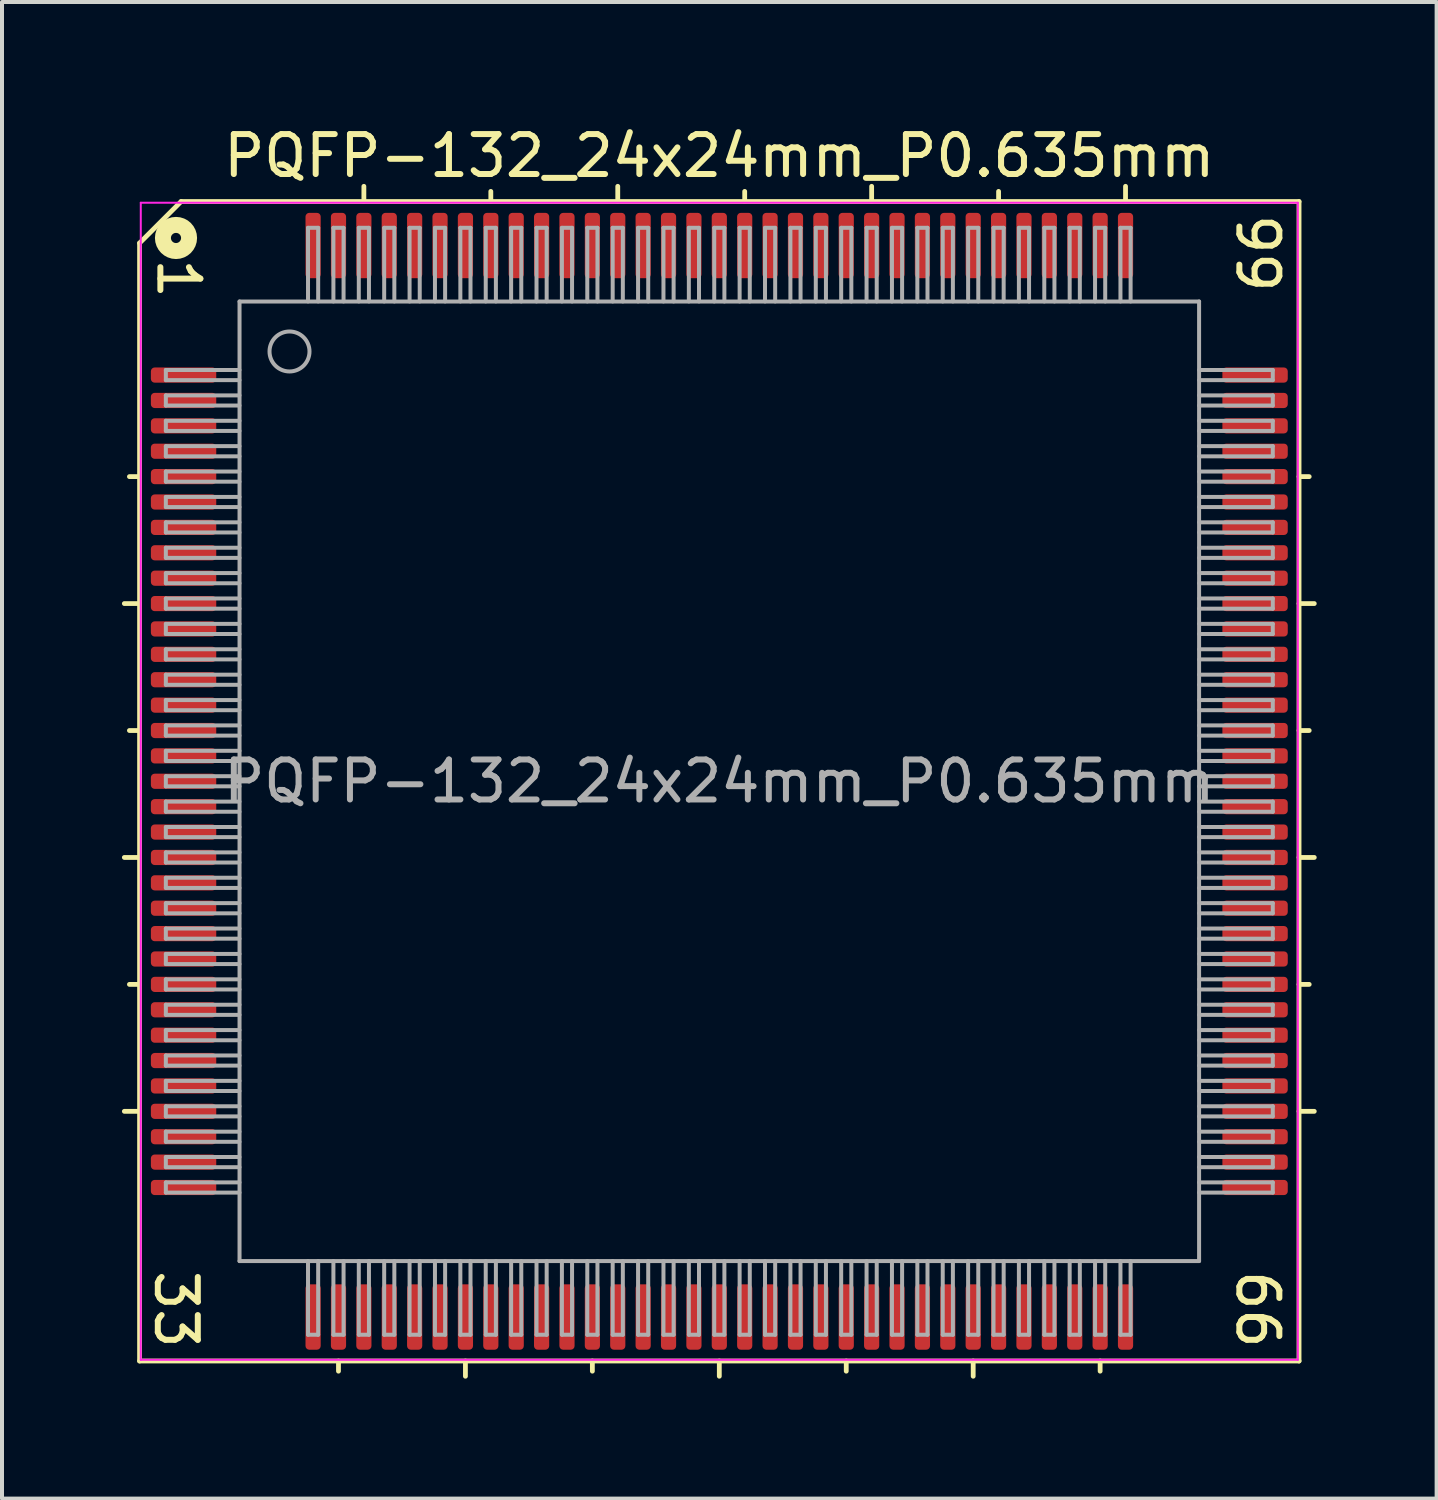
<source format=kicad_pcb>
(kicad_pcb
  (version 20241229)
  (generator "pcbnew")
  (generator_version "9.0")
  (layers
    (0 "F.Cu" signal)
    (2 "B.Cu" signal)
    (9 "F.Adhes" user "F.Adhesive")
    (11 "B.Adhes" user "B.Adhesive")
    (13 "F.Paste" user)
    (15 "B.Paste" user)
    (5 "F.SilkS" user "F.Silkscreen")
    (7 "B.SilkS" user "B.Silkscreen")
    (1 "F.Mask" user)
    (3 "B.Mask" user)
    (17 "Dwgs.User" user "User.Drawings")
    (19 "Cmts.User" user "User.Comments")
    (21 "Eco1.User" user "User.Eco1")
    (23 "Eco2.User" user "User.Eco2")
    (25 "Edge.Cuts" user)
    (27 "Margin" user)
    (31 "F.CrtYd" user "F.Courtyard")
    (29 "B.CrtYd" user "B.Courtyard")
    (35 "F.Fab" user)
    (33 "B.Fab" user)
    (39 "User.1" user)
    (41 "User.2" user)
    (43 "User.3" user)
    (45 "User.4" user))
  (footprint "PQFP-132_24x24mm_P0.635mm"
    (layer "F.Cu")
    (at 14.941 16.491)
    (property "Reference" "PQFP-132_24x24mm_P0.635mm" (at 0 -15.643 0) (layer "F.SilkS") (effects (font (size 1 1) (thickness 0.15))))
    (attr smd)
    (fp_line (start -14.881 -4.445) (end -14.5 -4.445) (stroke (width 0.12) (type solid)) (layer "F.SilkS"))
    (fp_line (start -14.881 1.905) (end -14.5 1.905) (stroke (width 0.12) (type solid)) (layer "F.SilkS"))
    (fp_line (start -14.881 8.255) (end -14.5 8.255) (stroke (width 0.12) (type solid)) (layer "F.SilkS"))
    (fp_line (start -14.754 -7.62) (end -14.5 -7.62) (stroke (width 0.12) (type solid)) (layer "F.SilkS"))
    (fp_line (start -14.754 -1.27) (end -14.5 -1.27) (stroke (width 0.12) (type solid)) (layer "F.SilkS"))
    (fp_line (start -14.754 5.08) (end -14.5 5.08) (stroke (width 0.12) (type solid)) (layer "F.SilkS"))
    (fp_line (start -14.5 -13.462) (end -14.5 14.5) (stroke (width 0.12) (type solid)) (layer "F.SilkS"))
    (fp_line (start -14.5 14.5) (end 14.5 14.5) (stroke (width 0.12) (type solid)) (layer "F.SilkS"))
    (fp_line (start -13.462 -14.5) (end -14.5 -13.462) (stroke (width 0.12) (type solid)) (layer "F.SilkS"))
    (fp_line (start -9.525 14.754) (end -9.525 14.5) (stroke (width 0.12) (type solid)) (layer "F.SilkS"))
    (fp_line (start -8.89 -14.5) (end -8.89 -14.881) (stroke (width 0.12) (type solid)) (layer "F.SilkS"))
    (fp_line (start -6.35 14.881) (end -6.35 14.5) (stroke (width 0.12) (type solid)) (layer "F.SilkS"))
    (fp_line (start -5.715 -14.5) (end -5.715 -14.754) (stroke (width 0.12) (type solid)) (layer "F.SilkS"))
    (fp_line (start -3.175 14.754) (end -3.175 14.5) (stroke (width 0.12) (type solid)) (layer "F.SilkS"))
    (fp_line (start -2.54 -14.5) (end -2.54 -14.881) (stroke (width 0.12) (type solid)) (layer "F.SilkS"))
    (fp_line (start 0 14.881) (end 0 14.5) (stroke (width 0.12) (type solid)) (layer "F.SilkS"))
    (fp_line (start 0.635 -14.5) (end 0.635 -14.754) (stroke (width 0.12) (type solid)) (layer "F.SilkS"))
    (fp_line (start 3.175 14.754) (end 3.175 14.5) (stroke (width 0.12) (type solid)) (layer "F.SilkS"))
    (fp_line (start 3.81 -14.5) (end 3.81 -14.881) (stroke (width 0.12) (type solid)) (layer "F.SilkS"))
    (fp_line (start 6.35 14.881) (end 6.35 14.5) (stroke (width 0.12) (type solid)) (layer "F.SilkS"))
    (fp_line (start 6.985 -14.5) (end 6.985 -14.754) (stroke (width 0.12) (type solid)) (layer "F.SilkS"))
    (fp_line (start 9.525 14.754) (end 9.525 14.5) (stroke (width 0.12) (type solid)) (layer "F.SilkS"))
    (fp_line (start 10.16 -14.5) (end 10.16 -14.881) (stroke (width 0.12) (type solid)) (layer "F.SilkS"))
    (fp_line (start 14.5 -14.5) (end -13.462 -14.5) (stroke (width 0.12) (type solid)) (layer "F.SilkS"))
    (fp_line (start 14.5 -7.62) (end 14.754 -7.62) (stroke (width 0.12) (type solid)) (layer "F.SilkS"))
    (fp_line (start 14.5 -4.445) (end 14.881 -4.445) (stroke (width 0.12) (type solid)) (layer "F.SilkS"))
    (fp_line (start 14.5 -1.27) (end 14.754 -1.27) (stroke (width 0.12) (type solid)) (layer "F.SilkS"))
    (fp_line (start 14.5 1.905) (end 14.881 1.905) (stroke (width 0.12) (type solid)) (layer "F.SilkS"))
    (fp_line (start 14.5 5.08) (end 14.754 5.08) (stroke (width 0.12) (type solid)) (layer "F.SilkS"))
    (fp_line (start 14.5 8.255) (end 14.881 8.255) (stroke (width 0.12) (type solid)) (layer "F.SilkS"))
    (fp_line (start 14.5 14.5) (end 14.5 -14.5) (stroke (width 0.12) (type solid)) (layer "F.SilkS"))
    (fp_circle (center -13.589 -13.589) (end -13.462 -13.589) (stroke (width 0.4) (type solid)) (fill no) (layer "F.SilkS"))
    (fp_line (start -14.47 -14.47) (end -14.47 14.47) (stroke (width 0.05) (type solid)) (layer "F.CrtYd"))
    (fp_line (start 14.47 -14.47) (end -14.47 -14.47) (stroke (width 0.05) (type solid)) (layer "F.CrtYd"))
    (fp_line (start 14.47 -14.47) (end 14.47 14.47) (stroke (width 0.05) (type solid)) (layer "F.CrtYd"))
    (fp_line (start 14.47 14.47) (end -14.47 14.47) (stroke (width 0.05) (type solid)) (layer "F.CrtYd"))
    (fp_line (start -13.843 -10.287) (end -13.843 -10.033) (stroke (width 0.1) (type solid)) (layer "F.Fab"))
    (fp_line (start -13.843 -10.287) (end -12.002 -10.287) (stroke (width 0.1) (type solid)) (layer "F.Fab"))
    (fp_line (start -13.843 -10.033) (end -12.002 -10.033) (stroke (width 0.1) (type solid)) (layer "F.Fab"))
    (fp_line (start -13.843 -9.652) (end -13.843 -9.398) (stroke (width 0.1) (type solid)) (layer "F.Fab"))
    (fp_line (start -13.843 -9.652) (end -12.002 -9.652) (stroke (width 0.1) (type solid)) (layer "F.Fab"))
    (fp_line (start -13.843 -9.398) (end -12.002 -9.398) (stroke (width 0.1) (type solid)) (layer "F.Fab"))
    (fp_line (start -13.843 -9.017) (end -13.843 -8.763) (stroke (width 0.1) (type solid)) (layer "F.Fab"))
    (fp_line (start -13.843 -9.017) (end -12.002 -9.017) (stroke (width 0.1) (type solid)) (layer "F.Fab"))
    (fp_line (start -13.843 -8.763) (end -12.002 -8.763) (stroke (width 0.1) (type solid)) (layer "F.Fab"))
    (fp_line (start -13.843 -8.382) (end -13.843 -8.128) (stroke (width 0.1) (type solid)) (layer "F.Fab"))
    (fp_line (start -13.843 -8.382) (end -12.002 -8.382) (stroke (width 0.1) (type solid)) (layer "F.Fab"))
    (fp_line (start -13.843 -8.128) (end -12.002 -8.128) (stroke (width 0.1) (type solid)) (layer "F.Fab"))
    (fp_line (start -13.843 -7.747) (end -13.843 -7.493) (stroke (width 0.1) (type solid)) (layer "F.Fab"))
    (fp_line (start -13.843 -7.747) (end -12.002 -7.747) (stroke (width 0.1) (type solid)) (layer "F.Fab"))
    (fp_line (start -13.843 -7.493) (end -12.002 -7.493) (stroke (width 0.1) (type solid)) (layer "F.Fab"))
    (fp_line (start -13.843 -7.112) (end -13.843 -6.858) (stroke (width 0.1) (type solid)) (layer "F.Fab"))
    (fp_line (start -13.843 -7.112) (end -12.002 -7.112) (stroke (width 0.1) (type solid)) (layer "F.Fab"))
    (fp_line (start -13.843 -6.858) (end -12.002 -6.858) (stroke (width 0.1) (type solid)) (layer "F.Fab"))
    (fp_line (start -13.843 -6.477) (end -13.843 -6.223) (stroke (width 0.1) (type solid)) (layer "F.Fab"))
    (fp_line (start -13.843 -6.477) (end -12.002 -6.477) (stroke (width 0.1) (type solid)) (layer "F.Fab"))
    (fp_line (start -13.843 -6.223) (end -12.002 -6.223) (stroke (width 0.1) (type solid)) (layer "F.Fab"))
    (fp_line (start -13.843 -5.842) (end -13.843 -5.588) (stroke (width 0.1) (type solid)) (layer "F.Fab"))
    (fp_line (start -13.843 -5.842) (end -12.002 -5.842) (stroke (width 0.1) (type solid)) (layer "F.Fab"))
    (fp_line (start -13.843 -5.588) (end -12.002 -5.588) (stroke (width 0.1) (type solid)) (layer "F.Fab"))
    (fp_line (start -13.843 -5.207) (end -13.843 -4.953) (stroke (width 0.1) (type solid)) (layer "F.Fab"))
    (fp_line (start -13.843 -5.207) (end -12.002 -5.207) (stroke (width 0.1) (type solid)) (layer "F.Fab"))
    (fp_line (start -13.843 -4.953) (end -12.002 -4.953) (stroke (width 0.1) (type solid)) (layer "F.Fab"))
    (fp_line (start -13.843 -4.572) (end -13.843 -4.318) (stroke (width 0.1) (type solid)) (layer "F.Fab"))
    (fp_line (start -13.843 -4.572) (end -12.002 -4.572) (stroke (width 0.1) (type solid)) (layer "F.Fab"))
    (fp_line (start -13.843 -4.318) (end -12.002 -4.318) (stroke (width 0.1) (type solid)) (layer "F.Fab"))
    (fp_line (start -13.843 -3.937) (end -13.843 -3.683) (stroke (width 0.1) (type solid)) (layer "F.Fab"))
    (fp_line (start -13.843 -3.937) (end -12.002 -3.937) (stroke (width 0.1) (type solid)) (layer "F.Fab"))
    (fp_line (start -13.843 -3.683) (end -12.002 -3.683) (stroke (width 0.1) (type solid)) (layer "F.Fab"))
    (fp_line (start -13.843 -3.302) (end -13.843 -3.048) (stroke (width 0.1) (type solid)) (layer "F.Fab"))
    (fp_line (start -13.843 -3.302) (end -12.002 -3.302) (stroke (width 0.1) (type solid)) (layer "F.Fab"))
    (fp_line (start -13.843 -3.048) (end -12.002 -3.048) (stroke (width 0.1) (type solid)) (layer "F.Fab"))
    (fp_line (start -13.843 -2.667) (end -13.843 -2.413) (stroke (width 0.1) (type solid)) (layer "F.Fab"))
    (fp_line (start -13.843 -2.667) (end -12.002 -2.667) (stroke (width 0.1) (type solid)) (layer "F.Fab"))
    (fp_line (start -13.843 -2.413) (end -12.002 -2.413) (stroke (width 0.1) (type solid)) (layer "F.Fab"))
    (fp_line (start -13.843 -2.032) (end -13.843 -1.778) (stroke (width 0.1) (type solid)) (layer "F.Fab"))
    (fp_line (start -13.843 -2.032) (end -12.002 -2.032) (stroke (width 0.1) (type solid)) (layer "F.Fab"))
    (fp_line (start -13.843 -1.778) (end -12.002 -1.778) (stroke (width 0.1) (type solid)) (layer "F.Fab"))
    (fp_line (start -13.843 -1.397) (end -13.843 -1.143) (stroke (width 0.1) (type solid)) (layer "F.Fab"))
    (fp_line (start -13.843 -1.397) (end -12.002 -1.397) (stroke (width 0.1) (type solid)) (layer "F.Fab"))
    (fp_line (start -13.843 -1.143) (end -12.002 -1.143) (stroke (width 0.1) (type solid)) (layer "F.Fab"))
    (fp_line (start -13.843 -0.762) (end -13.843 -0.508) (stroke (width 0.1) (type solid)) (layer "F.Fab"))
    (fp_line (start -13.843 -0.762) (end -12.002 -0.762) (stroke (width 0.1) (type solid)) (layer "F.Fab"))
    (fp_line (start -13.843 -0.508) (end -12.002 -0.508) (stroke (width 0.1) (type solid)) (layer "F.Fab"))
    (fp_line (start -13.843 -0.127) (end -13.843 0.127) (stroke (width 0.1) (type solid)) (layer "F.Fab"))
    (fp_line (start -13.843 -0.127) (end -12.002 -0.127) (stroke (width 0.1) (type solid)) (layer "F.Fab"))
    (fp_line (start -13.843 0.127) (end -12.002 0.127) (stroke (width 0.1) (type solid)) (layer "F.Fab"))
    (fp_line (start -13.843 0.508) (end -13.843 0.762) (stroke (width 0.1) (type solid)) (layer "F.Fab"))
    (fp_line (start -13.843 0.508) (end -12.002 0.508) (stroke (width 0.1) (type solid)) (layer "F.Fab"))
    (fp_line (start -13.843 0.762) (end -12.002 0.762) (stroke (width 0.1) (type solid)) (layer "F.Fab"))
    (fp_line (start -13.843 1.143) (end -13.843 1.397) (stroke (width 0.1) (type solid)) (layer "F.Fab"))
    (fp_line (start -13.843 1.143) (end -12.002 1.143) (stroke (width 0.1) (type solid)) (layer "F.Fab"))
    (fp_line (start -13.843 1.397) (end -12.002 1.397) (stroke (width 0.1) (type solid)) (layer "F.Fab"))
    (fp_line (start -13.843 1.778) (end -13.843 2.032) (stroke (width 0.1) (type solid)) (layer "F.Fab"))
    (fp_line (start -13.843 1.778) (end -12.002 1.778) (stroke (width 0.1) (type solid)) (layer "F.Fab"))
    (fp_line (start -13.843 2.032) (end -12.002 2.032) (stroke (width 0.1) (type solid)) (layer "F.Fab"))
    (fp_line (start -13.843 2.413) (end -13.843 2.667) (stroke (width 0.1) (type solid)) (layer "F.Fab"))
    (fp_line (start -13.843 2.413) (end -12.002 2.413) (stroke (width 0.1) (type solid)) (layer "F.Fab"))
    (fp_line (start -13.843 2.667) (end -12.002 2.667) (stroke (width 0.1) (type solid)) (layer "F.Fab"))
    (fp_line (start -13.843 3.048) (end -13.843 3.302) (stroke (width 0.1) (type solid)) (layer "F.Fab"))
    (fp_line (start -13.843 3.048) (end -12.002 3.048) (stroke (width 0.1) (type solid)) (layer "F.Fab"))
    (fp_line (start -13.843 3.302) (end -12.002 3.302) (stroke (width 0.1) (type solid)) (layer "F.Fab"))
    (fp_line (start -13.843 3.683) (end -13.843 3.937) (stroke (width 0.1) (type solid)) (layer "F.Fab"))
    (fp_line (start -13.843 3.683) (end -12.002 3.683) (stroke (width 0.1) (type solid)) (layer "F.Fab"))
    (fp_line (start -13.843 3.937) (end -12.002 3.937) (stroke (width 0.1) (type solid)) (layer "F.Fab"))
    (fp_line (start -13.843 4.318) (end -13.843 4.572) (stroke (width 0.1) (type solid)) (layer "F.Fab"))
    (fp_line (start -13.843 4.318) (end -12.002 4.318) (stroke (width 0.1) (type solid)) (layer "F.Fab"))
    (fp_line (start -13.843 4.572) (end -12.002 4.572) (stroke (width 0.1) (type solid)) (layer "F.Fab"))
    (fp_line (start -13.843 4.953) (end -13.843 5.207) (stroke (width 0.1) (type solid)) (layer "F.Fab"))
    (fp_line (start -13.843 4.953) (end -12.002 4.953) (stroke (width 0.1) (type solid)) (layer "F.Fab"))
    (fp_line (start -13.843 5.207) (end -12.002 5.207) (stroke (width 0.1) (type solid)) (layer "F.Fab"))
    (fp_line (start -13.843 5.588) (end -13.843 5.842) (stroke (width 0.1) (type solid)) (layer "F.Fab"))
    (fp_line (start -13.843 5.588) (end -12.002 5.588) (stroke (width 0.1) (type solid)) (layer "F.Fab"))
    (fp_line (start -13.843 5.842) (end -12.002 5.842) (stroke (width 0.1) (type solid)) (layer "F.Fab"))
    (fp_line (start -13.843 6.223) (end -13.843 6.477) (stroke (width 0.1) (type solid)) (layer "F.Fab"))
    (fp_line (start -13.843 6.223) (end -12.002 6.223) (stroke (width 0.1) (type solid)) (layer "F.Fab"))
    (fp_line (start -13.843 6.477) (end -12.002 6.477) (stroke (width 0.1) (type solid)) (layer "F.Fab"))
    (fp_line (start -13.843 6.858) (end -13.843 7.112) (stroke (width 0.1) (type solid)) (layer "F.Fab"))
    (fp_line (start -13.843 6.858) (end -12.002 6.858) (stroke (width 0.1) (type solid)) (layer "F.Fab"))
    (fp_line (start -13.843 7.112) (end -12.002 7.112) (stroke (width 0.1) (type solid)) (layer "F.Fab"))
    (fp_line (start -13.843 7.493) (end -13.843 7.747) (stroke (width 0.1) (type solid)) (layer "F.Fab"))
    (fp_line (start -13.843 7.493) (end -12.002 7.493) (stroke (width 0.1) (type solid)) (layer "F.Fab"))
    (fp_line (start -13.843 7.747) (end -12.002 7.747) (stroke (width 0.1) (type solid)) (layer "F.Fab"))
    (fp_line (start -13.843 8.128) (end -13.843 8.382) (stroke (width 0.1) (type solid)) (layer "F.Fab"))
    (fp_line (start -13.843 8.128) (end -12.002 8.128) (stroke (width 0.1) (type solid)) (layer "F.Fab"))
    (fp_line (start -13.843 8.382) (end -12.002 8.382) (stroke (width 0.1) (type solid)) (layer "F.Fab"))
    (fp_line (start -13.843 8.763) (end -13.843 9.017) (stroke (width 0.1) (type solid)) (layer "F.Fab"))
    (fp_line (start -13.843 8.763) (end -12.002 8.763) (stroke (width 0.1) (type solid)) (layer "F.Fab"))
    (fp_line (start -13.843 9.017) (end -12.002 9.017) (stroke (width 0.1) (type solid)) (layer "F.Fab"))
    (fp_line (start -13.843 9.398) (end -13.843 9.652) (stroke (width 0.1) (type solid)) (layer "F.Fab"))
    (fp_line (start -13.843 9.398) (end -12.002 9.398) (stroke (width 0.1) (type solid)) (layer "F.Fab"))
    (fp_line (start -13.843 9.652) (end -12.002 9.652) (stroke (width 0.1) (type solid)) (layer "F.Fab"))
    (fp_line (start -13.843 10.033) (end -13.843 10.287) (stroke (width 0.1) (type solid)) (layer "F.Fab"))
    (fp_line (start -13.843 10.033) (end -12.002 10.033) (stroke (width 0.1) (type solid)) (layer "F.Fab"))
    (fp_line (start -13.843 10.287) (end -12.002 10.287) (stroke (width 0.1) (type solid)) (layer "F.Fab"))
    (fp_line (start -12 -12) (end 12 -12) (stroke (width 0.1) (type solid)) (layer "F.Fab"))
    (fp_line (start -12 12) (end -12 -12) (stroke (width 0.1) (type solid)) (layer "F.Fab"))
    (fp_line (start -10.287 -13.843) (end -10.287 -12.002) (stroke (width 0.1) (type solid)) (layer "F.Fab"))
    (fp_line (start -10.287 13.843) (end -10.287 12.002) (stroke (width 0.1) (type solid)) (layer "F.Fab"))
    (fp_line (start -10.287 13.843) (end -10.033 13.843) (stroke (width 0.1) (type solid)) (layer "F.Fab"))
    (fp_line (start -10.033 -13.843) (end -10.287 -13.843) (stroke (width 0.1) (type solid)) (layer "F.Fab"))
    (fp_line (start -10.033 -13.843) (end -10.033 -12.002) (stroke (width 0.1) (type solid)) (layer "F.Fab"))
    (fp_line (start -10.033 13.843) (end -10.033 12.002) (stroke (width 0.1) (type solid)) (layer "F.Fab"))
    (fp_line (start -9.652 -13.843) (end -9.652 -12.002) (stroke (width 0.1) (type solid)) (layer "F.Fab"))
    (fp_line (start -9.652 13.843) (end -9.652 12.002) (stroke (width 0.1) (type solid)) (layer "F.Fab"))
    (fp_line (start -9.652 13.843) (end -9.398 13.843) (stroke (width 0.1) (type solid)) (layer "F.Fab"))
    (fp_line (start -9.398 -13.843) (end -9.652 -13.843) (stroke (width 0.1) (type solid)) (layer "F.Fab"))
    (fp_line (start -9.398 -13.843) (end -9.398 -12.002) (stroke (width 0.1) (type solid)) (layer "F.Fab"))
    (fp_line (start -9.398 13.843) (end -9.398 12.002) (stroke (width 0.1) (type solid)) (layer "F.Fab"))
    (fp_line (start -9.017 -13.843) (end -9.017 -12.002) (stroke (width 0.1) (type solid)) (layer "F.Fab"))
    (fp_line (start -9.017 13.843) (end -9.017 12.002) (stroke (width 0.1) (type solid)) (layer "F.Fab"))
    (fp_line (start -9.017 13.843) (end -8.763 13.843) (stroke (width 0.1) (type solid)) (layer "F.Fab"))
    (fp_line (start -8.763 -13.843) (end -9.017 -13.843) (stroke (width 0.1) (type solid)) (layer "F.Fab"))
    (fp_line (start -8.763 -13.843) (end -8.763 -12.002) (stroke (width 0.1) (type solid)) (layer "F.Fab"))
    (fp_line (start -8.763 13.843) (end -8.763 12.002) (stroke (width 0.1) (type solid)) (layer "F.Fab"))
    (fp_line (start -8.382 -13.843) (end -8.382 -12.002) (stroke (width 0.1) (type solid)) (layer "F.Fab"))
    (fp_line (start -8.382 13.843) (end -8.382 12.002) (stroke (width 0.1) (type solid)) (layer "F.Fab"))
    (fp_line (start -8.382 13.843) (end -8.128 13.843) (stroke (width 0.1) (type solid)) (layer "F.Fab"))
    (fp_line (start -8.128 -13.843) (end -8.382 -13.843) (stroke (width 0.1) (type solid)) (layer "F.Fab"))
    (fp_line (start -8.128 -13.843) (end -8.128 -12.002) (stroke (width 0.1) (type solid)) (layer "F.Fab"))
    (fp_line (start -8.128 13.843) (end -8.128 12.002) (stroke (width 0.1) (type solid)) (layer "F.Fab"))
    (fp_line (start -7.747 -13.843) (end -7.747 -12.002) (stroke (width 0.1) (type solid)) (layer "F.Fab"))
    (fp_line (start -7.747 13.843) (end -7.747 12.002) (stroke (width 0.1) (type solid)) (layer "F.Fab"))
    (fp_line (start -7.747 13.843) (end -7.493 13.843) (stroke (width 0.1) (type solid)) (layer "F.Fab"))
    (fp_line (start -7.493 -13.843) (end -7.747 -13.843) (stroke (width 0.1) (type solid)) (layer "F.Fab"))
    (fp_line (start -7.493 -13.843) (end -7.493 -12.002) (stroke (width 0.1) (type solid)) (layer "F.Fab"))
    (fp_line (start -7.493 13.843) (end -7.493 12.002) (stroke (width 0.1) (type solid)) (layer "F.Fab"))
    (fp_line (start -7.112 -13.843) (end -7.112 -12.002) (stroke (width 0.1) (type solid)) (layer "F.Fab"))
    (fp_line (start -7.112 13.843) (end -7.112 12.002) (stroke (width 0.1) (type solid)) (layer "F.Fab"))
    (fp_line (start -7.112 13.843) (end -6.858 13.843) (stroke (width 0.1) (type solid)) (layer "F.Fab"))
    (fp_line (start -6.858 -13.843) (end -7.112 -13.843) (stroke (width 0.1) (type solid)) (layer "F.Fab"))
    (fp_line (start -6.858 -13.843) (end -6.858 -12.002) (stroke (width 0.1) (type solid)) (layer "F.Fab"))
    (fp_line (start -6.858 13.843) (end -6.858 12.002) (stroke (width 0.1) (type solid)) (layer "F.Fab"))
    (fp_line (start -6.477 -13.843) (end -6.477 -12.002) (stroke (width 0.1) (type solid)) (layer "F.Fab"))
    (fp_line (start -6.477 13.843) (end -6.477 12.002) (stroke (width 0.1) (type solid)) (layer "F.Fab"))
    (fp_line (start -6.477 13.843) (end -6.223 13.843) (stroke (width 0.1) (type solid)) (layer "F.Fab"))
    (fp_line (start -6.223 -13.843) (end -6.477 -13.843) (stroke (width 0.1) (type solid)) (layer "F.Fab"))
    (fp_line (start -6.223 -13.843) (end -6.223 -12.002) (stroke (width 0.1) (type solid)) (layer "F.Fab"))
    (fp_line (start -6.223 13.843) (end -6.223 12.002) (stroke (width 0.1) (type solid)) (layer "F.Fab"))
    (fp_line (start -5.842 -13.843) (end -5.842 -12.002) (stroke (width 0.1) (type solid)) (layer "F.Fab"))
    (fp_line (start -5.842 13.843) (end -5.842 12.002) (stroke (width 0.1) (type solid)) (layer "F.Fab"))
    (fp_line (start -5.842 13.843) (end -5.588 13.843) (stroke (width 0.1) (type solid)) (layer "F.Fab"))
    (fp_line (start -5.588 -13.843) (end -5.842 -13.843) (stroke (width 0.1) (type solid)) (layer "F.Fab"))
    (fp_line (start -5.588 -13.843) (end -5.588 -12.002) (stroke (width 0.1) (type solid)) (layer "F.Fab"))
    (fp_line (start -5.588 13.843) (end -5.588 12.002) (stroke (width 0.1) (type solid)) (layer "F.Fab"))
    (fp_line (start -5.207 -13.843) (end -5.207 -12.002) (stroke (width 0.1) (type solid)) (layer "F.Fab"))
    (fp_line (start -5.207 13.843) (end -5.207 12.002) (stroke (width 0.1) (type solid)) (layer "F.Fab"))
    (fp_line (start -5.207 13.843) (end -4.953 13.843) (stroke (width 0.1) (type solid)) (layer "F.Fab"))
    (fp_line (start -4.953 -13.843) (end -5.207 -13.843) (stroke (width 0.1) (type solid)) (layer "F.Fab"))
    (fp_line (start -4.953 -13.843) (end -4.953 -12.002) (stroke (width 0.1) (type solid)) (layer "F.Fab"))
    (fp_line (start -4.953 13.843) (end -4.953 12.002) (stroke (width 0.1) (type solid)) (layer "F.Fab"))
    (fp_line (start -4.572 -13.843) (end -4.572 -12.002) (stroke (width 0.1) (type solid)) (layer "F.Fab"))
    (fp_line (start -4.572 13.843) (end -4.572 12.002) (stroke (width 0.1) (type solid)) (layer "F.Fab"))
    (fp_line (start -4.572 13.843) (end -4.318 13.843) (stroke (width 0.1) (type solid)) (layer "F.Fab"))
    (fp_line (start -4.318 -13.843) (end -4.572 -13.843) (stroke (width 0.1) (type solid)) (layer "F.Fab"))
    (fp_line (start -4.318 -13.843) (end -4.318 -12.002) (stroke (width 0.1) (type solid)) (layer "F.Fab"))
    (fp_line (start -4.318 13.843) (end -4.318 12.002) (stroke (width 0.1) (type solid)) (layer "F.Fab"))
    (fp_line (start -3.937 -13.843) (end -3.937 -12.002) (stroke (width 0.1) (type solid)) (layer "F.Fab"))
    (fp_line (start -3.937 13.843) (end -3.937 12.002) (stroke (width 0.1) (type solid)) (layer "F.Fab"))
    (fp_line (start -3.937 13.843) (end -3.683 13.843) (stroke (width 0.1) (type solid)) (layer "F.Fab"))
    (fp_line (start -3.683 -13.843) (end -3.937 -13.843) (stroke (width 0.1) (type solid)) (layer "F.Fab"))
    (fp_line (start -3.683 -13.843) (end -3.683 -12.002) (stroke (width 0.1) (type solid)) (layer "F.Fab"))
    (fp_line (start -3.683 13.843) (end -3.683 12.002) (stroke (width 0.1) (type solid)) (layer "F.Fab"))
    (fp_line (start -3.302 -13.843) (end -3.302 -12.002) (stroke (width 0.1) (type solid)) (layer "F.Fab"))
    (fp_line (start -3.302 13.843) (end -3.302 12.002) (stroke (width 0.1) (type solid)) (layer "F.Fab"))
    (fp_line (start -3.302 13.843) (end -3.048 13.843) (stroke (width 0.1) (type solid)) (layer "F.Fab"))
    (fp_line (start -3.048 -13.843) (end -3.302 -13.843) (stroke (width 0.1) (type solid)) (layer "F.Fab"))
    (fp_line (start -3.048 -13.843) (end -3.048 -12.002) (stroke (width 0.1) (type solid)) (layer "F.Fab"))
    (fp_line (start -3.048 13.843) (end -3.048 12.002) (stroke (width 0.1) (type solid)) (layer "F.Fab"))
    (fp_line (start -2.667 -13.843) (end -2.667 -12.002) (stroke (width 0.1) (type solid)) (layer "F.Fab"))
    (fp_line (start -2.667 13.843) (end -2.667 12.002) (stroke (width 0.1) (type solid)) (layer "F.Fab"))
    (fp_line (start -2.667 13.843) (end -2.413 13.843) (stroke (width 0.1) (type solid)) (layer "F.Fab"))
    (fp_line (start -2.413 -13.843) (end -2.667 -13.843) (stroke (width 0.1) (type solid)) (layer "F.Fab"))
    (fp_line (start -2.413 -13.843) (end -2.413 -12.002) (stroke (width 0.1) (type solid)) (layer "F.Fab"))
    (fp_line (start -2.413 13.843) (end -2.413 12.002) (stroke (width 0.1) (type solid)) (layer "F.Fab"))
    (fp_line (start -2.032 -13.843) (end -2.032 -12.002) (stroke (width 0.1) (type solid)) (layer "F.Fab"))
    (fp_line (start -2.032 13.843) (end -2.032 12.002) (stroke (width 0.1) (type solid)) (layer "F.Fab"))
    (fp_line (start -2.032 13.843) (end -1.778 13.843) (stroke (width 0.1) (type solid)) (layer "F.Fab"))
    (fp_line (start -1.778 -13.843) (end -2.032 -13.843) (stroke (width 0.1) (type solid)) (layer "F.Fab"))
    (fp_line (start -1.778 -13.843) (end -1.778 -12.002) (stroke (width 0.1) (type solid)) (layer "F.Fab"))
    (fp_line (start -1.778 13.843) (end -1.778 12.002) (stroke (width 0.1) (type solid)) (layer "F.Fab"))
    (fp_line (start -1.397 -13.843) (end -1.397 -12.002) (stroke (width 0.1) (type solid)) (layer "F.Fab"))
    (fp_line (start -1.397 13.843) (end -1.397 12.002) (stroke (width 0.1) (type solid)) (layer "F.Fab"))
    (fp_line (start -1.397 13.843) (end -1.143 13.843) (stroke (width 0.1) (type solid)) (layer "F.Fab"))
    (fp_line (start -1.143 -13.843) (end -1.397 -13.843) (stroke (width 0.1) (type solid)) (layer "F.Fab"))
    (fp_line (start -1.143 -13.843) (end -1.143 -12.002) (stroke (width 0.1) (type solid)) (layer "F.Fab"))
    (fp_line (start -1.143 13.843) (end -1.143 12.002) (stroke (width 0.1) (type solid)) (layer "F.Fab"))
    (fp_line (start -0.762 -13.843) (end -0.762 -12.002) (stroke (width 0.1) (type solid)) (layer "F.Fab"))
    (fp_line (start -0.762 13.843) (end -0.762 12.002) (stroke (width 0.1) (type solid)) (layer "F.Fab"))
    (fp_line (start -0.762 13.843) (end -0.508 13.843) (stroke (width 0.1) (type solid)) (layer "F.Fab"))
    (fp_line (start -0.508 -13.843) (end -0.762 -13.843) (stroke (width 0.1) (type solid)) (layer "F.Fab"))
    (fp_line (start -0.508 -13.843) (end -0.508 -12.002) (stroke (width 0.1) (type solid)) (layer "F.Fab"))
    (fp_line (start -0.508 13.843) (end -0.508 12.002) (stroke (width 0.1) (type solid)) (layer "F.Fab"))
    (fp_line (start -0.127 -13.843) (end -0.127 -12.002) (stroke (width 0.1) (type solid)) (layer "F.Fab"))
    (fp_line (start -0.127 13.843) (end -0.127 12.002) (stroke (width 0.1) (type solid)) (layer "F.Fab"))
    (fp_line (start -0.127 13.843) (end 0.127 13.843) (stroke (width 0.1) (type solid)) (layer "F.Fab"))
    (fp_line (start 0.127 -13.843) (end -0.127 -13.843) (stroke (width 0.1) (type solid)) (layer "F.Fab"))
    (fp_line (start 0.127 -13.843) (end 0.127 -12.002) (stroke (width 0.1) (type solid)) (layer "F.Fab"))
    (fp_line (start 0.127 13.843) (end 0.127 12.002) (stroke (width 0.1) (type solid)) (layer "F.Fab"))
    (fp_line (start 0.508 -13.843) (end 0.508 -12.002) (stroke (width 0.1) (type solid)) (layer "F.Fab"))
    (fp_line (start 0.508 13.843) (end 0.508 12.002) (stroke (width 0.1) (type solid)) (layer "F.Fab"))
    (fp_line (start 0.508 13.843) (end 0.762 13.843) (stroke (width 0.1) (type solid)) (layer "F.Fab"))
    (fp_line (start 0.762 -13.843) (end 0.508 -13.843) (stroke (width 0.1) (type solid)) (layer "F.Fab"))
    (fp_line (start 0.762 -13.843) (end 0.762 -12.002) (stroke (width 0.1) (type solid)) (layer "F.Fab"))
    (fp_line (start 0.762 13.843) (end 0.762 12.002) (stroke (width 0.1) (type solid)) (layer "F.Fab"))
    (fp_line (start 1.143 -13.843) (end 1.143 -12.002) (stroke (width 0.1) (type solid)) (layer "F.Fab"))
    (fp_line (start 1.143 13.843) (end 1.143 12.002) (stroke (width 0.1) (type solid)) (layer "F.Fab"))
    (fp_line (start 1.143 13.843) (end 1.397 13.843) (stroke (width 0.1) (type solid)) (layer "F.Fab"))
    (fp_line (start 1.397 -13.843) (end 1.143 -13.843) (stroke (width 0.1) (type solid)) (layer "F.Fab"))
    (fp_line (start 1.397 -13.843) (end 1.397 -12.002) (stroke (width 0.1) (type solid)) (layer "F.Fab"))
    (fp_line (start 1.397 13.843) (end 1.397 12.002) (stroke (width 0.1) (type solid)) (layer "F.Fab"))
    (fp_line (start 1.778 -13.843) (end 1.778 -12.002) (stroke (width 0.1) (type solid)) (layer "F.Fab"))
    (fp_line (start 1.778 13.843) (end 1.778 12.002) (stroke (width 0.1) (type solid)) (layer "F.Fab"))
    (fp_line (start 1.778 13.843) (end 2.032 13.843) (stroke (width 0.1) (type solid)) (layer "F.Fab"))
    (fp_line (start 2.032 -13.843) (end 1.778 -13.843) (stroke (width 0.1) (type solid)) (layer "F.Fab"))
    (fp_line (start 2.032 -13.843) (end 2.032 -12.002) (stroke (width 0.1) (type solid)) (layer "F.Fab"))
    (fp_line (start 2.032 13.843) (end 2.032 12.002) (stroke (width 0.1) (type solid)) (layer "F.Fab"))
    (fp_line (start 2.413 -13.843) (end 2.413 -12.002) (stroke (width 0.1) (type solid)) (layer "F.Fab"))
    (fp_line (start 2.413 13.843) (end 2.413 12.002) (stroke (width 0.1) (type solid)) (layer "F.Fab"))
    (fp_line (start 2.413 13.843) (end 2.667 13.843) (stroke (width 0.1) (type solid)) (layer "F.Fab"))
    (fp_line (start 2.667 -13.843) (end 2.413 -13.843) (stroke (width 0.1) (type solid)) (layer "F.Fab"))
    (fp_line (start 2.667 -13.843) (end 2.667 -12.002) (stroke (width 0.1) (type solid)) (layer "F.Fab"))
    (fp_line (start 2.667 13.843) (end 2.667 12.002) (stroke (width 0.1) (type solid)) (layer "F.Fab"))
    (fp_line (start 3.048 -13.843) (end 3.048 -12.002) (stroke (width 0.1) (type solid)) (layer "F.Fab"))
    (fp_line (start 3.048 13.843) (end 3.048 12.002) (stroke (width 0.1) (type solid)) (layer "F.Fab"))
    (fp_line (start 3.048 13.843) (end 3.302 13.843) (stroke (width 0.1) (type solid)) (layer "F.Fab"))
    (fp_line (start 3.302 -13.843) (end 3.048 -13.843) (stroke (width 0.1) (type solid)) (layer "F.Fab"))
    (fp_line (start 3.302 -13.843) (end 3.302 -12.002) (stroke (width 0.1) (type solid)) (layer "F.Fab"))
    (fp_line (start 3.302 13.843) (end 3.302 12.002) (stroke (width 0.1) (type solid)) (layer "F.Fab"))
    (fp_line (start 3.683 -13.843) (end 3.683 -12.002) (stroke (width 0.1) (type solid)) (layer "F.Fab"))
    (fp_line (start 3.683 13.843) (end 3.683 12.002) (stroke (width 0.1) (type solid)) (layer "F.Fab"))
    (fp_line (start 3.683 13.843) (end 3.937 13.843) (stroke (width 0.1) (type solid)) (layer "F.Fab"))
    (fp_line (start 3.937 -13.843) (end 3.683 -13.843) (stroke (width 0.1) (type solid)) (layer "F.Fab"))
    (fp_line (start 3.937 -13.843) (end 3.937 -12.002) (stroke (width 0.1) (type solid)) (layer "F.Fab"))
    (fp_line (start 3.937 13.843) (end 3.937 12.002) (stroke (width 0.1) (type solid)) (layer "F.Fab"))
    (fp_line (start 4.318 -13.843) (end 4.318 -12.002) (stroke (width 0.1) (type solid)) (layer "F.Fab"))
    (fp_line (start 4.318 13.843) (end 4.318 12.002) (stroke (width 0.1) (type solid)) (layer "F.Fab"))
    (fp_line (start 4.318 13.843) (end 4.572 13.843) (stroke (width 0.1) (type solid)) (layer "F.Fab"))
    (fp_line (start 4.572 -13.843) (end 4.318 -13.843) (stroke (width 0.1) (type solid)) (layer "F.Fab"))
    (fp_line (start 4.572 -13.843) (end 4.572 -12.002) (stroke (width 0.1) (type solid)) (layer "F.Fab"))
    (fp_line (start 4.572 13.843) (end 4.572 12.002) (stroke (width 0.1) (type solid)) (layer "F.Fab"))
    (fp_line (start 4.953 -13.843) (end 4.953 -12.002) (stroke (width 0.1) (type solid)) (layer "F.Fab"))
    (fp_line (start 4.953 13.843) (end 4.953 12.002) (stroke (width 0.1) (type solid)) (layer "F.Fab"))
    (fp_line (start 4.953 13.843) (end 5.207 13.843) (stroke (width 0.1) (type solid)) (layer "F.Fab"))
    (fp_line (start 5.207 -13.843) (end 4.953 -13.843) (stroke (width 0.1) (type solid)) (layer "F.Fab"))
    (fp_line (start 5.207 -13.843) (end 5.207 -12.002) (stroke (width 0.1) (type solid)) (layer "F.Fab"))
    (fp_line (start 5.207 13.843) (end 5.207 12.002) (stroke (width 0.1) (type solid)) (layer "F.Fab"))
    (fp_line (start 5.588 -13.843) (end 5.588 -12.002) (stroke (width 0.1) (type solid)) (layer "F.Fab"))
    (fp_line (start 5.588 13.843) (end 5.588 12.002) (stroke (width 0.1) (type solid)) (layer "F.Fab"))
    (fp_line (start 5.588 13.843) (end 5.842 13.843) (stroke (width 0.1) (type solid)) (layer "F.Fab"))
    (fp_line (start 5.842 -13.843) (end 5.588 -13.843) (stroke (width 0.1) (type solid)) (layer "F.Fab"))
    (fp_line (start 5.842 -13.843) (end 5.842 -12.002) (stroke (width 0.1) (type solid)) (layer "F.Fab"))
    (fp_line (start 5.842 13.843) (end 5.842 12.002) (stroke (width 0.1) (type solid)) (layer "F.Fab"))
    (fp_line (start 6.223 -13.843) (end 6.223 -12.002) (stroke (width 0.1) (type solid)) (layer "F.Fab"))
    (fp_line (start 6.223 13.843) (end 6.223 12.002) (stroke (width 0.1) (type solid)) (layer "F.Fab"))
    (fp_line (start 6.223 13.843) (end 6.477 13.843) (stroke (width 0.1) (type solid)) (layer "F.Fab"))
    (fp_line (start 6.477 -13.843) (end 6.223 -13.843) (stroke (width 0.1) (type solid)) (layer "F.Fab"))
    (fp_line (start 6.477 -13.843) (end 6.477 -12.002) (stroke (width 0.1) (type solid)) (layer "F.Fab"))
    (fp_line (start 6.477 13.843) (end 6.477 12.002) (stroke (width 0.1) (type solid)) (layer "F.Fab"))
    (fp_line (start 6.858 -13.843) (end 6.858 -12.002) (stroke (width 0.1) (type solid)) (layer "F.Fab"))
    (fp_line (start 6.858 13.843) (end 6.858 12.002) (stroke (width 0.1) (type solid)) (layer "F.Fab"))
    (fp_line (start 6.858 13.843) (end 7.112 13.843) (stroke (width 0.1) (type solid)) (layer "F.Fab"))
    (fp_line (start 7.112 -13.843) (end 6.858 -13.843) (stroke (width 0.1) (type solid)) (layer "F.Fab"))
    (fp_line (start 7.112 -13.843) (end 7.112 -12.002) (stroke (width 0.1) (type solid)) (layer "F.Fab"))
    (fp_line (start 7.112 13.843) (end 7.112 12.002) (stroke (width 0.1) (type solid)) (layer "F.Fab"))
    (fp_line (start 7.493 -13.843) (end 7.493 -12.002) (stroke (width 0.1) (type solid)) (layer "F.Fab"))
    (fp_line (start 7.493 13.843) (end 7.493 12.002) (stroke (width 0.1) (type solid)) (layer "F.Fab"))
    (fp_line (start 7.493 13.843) (end 7.747 13.843) (stroke (width 0.1) (type solid)) (layer "F.Fab"))
    (fp_line (start 7.747 -13.843) (end 7.493 -13.843) (stroke (width 0.1) (type solid)) (layer "F.Fab"))
    (fp_line (start 7.747 -13.843) (end 7.747 -12.002) (stroke (width 0.1) (type solid)) (layer "F.Fab"))
    (fp_line (start 7.747 13.843) (end 7.747 12.002) (stroke (width 0.1) (type solid)) (layer "F.Fab"))
    (fp_line (start 8.128 -13.843) (end 8.128 -12.002) (stroke (width 0.1) (type solid)) (layer "F.Fab"))
    (fp_line (start 8.128 13.843) (end 8.128 12.002) (stroke (width 0.1) (type solid)) (layer "F.Fab"))
    (fp_line (start 8.128 13.843) (end 8.382 13.843) (stroke (width 0.1) (type solid)) (layer "F.Fab"))
    (fp_line (start 8.382 -13.843) (end 8.128 -13.843) (stroke (width 0.1) (type solid)) (layer "F.Fab"))
    (fp_line (start 8.382 -13.843) (end 8.382 -12.002) (stroke (width 0.1) (type solid)) (layer "F.Fab"))
    (fp_line (start 8.382 13.843) (end 8.382 12.002) (stroke (width 0.1) (type solid)) (layer "F.Fab"))
    (fp_line (start 8.763 -13.843) (end 8.763 -12.002) (stroke (width 0.1) (type solid)) (layer "F.Fab"))
    (fp_line (start 8.763 13.843) (end 8.763 12.002) (stroke (width 0.1) (type solid)) (layer "F.Fab"))
    (fp_line (start 8.763 13.843) (end 9.017 13.843) (stroke (width 0.1) (type solid)) (layer "F.Fab"))
    (fp_line (start 9.017 -13.843) (end 8.763 -13.843) (stroke (width 0.1) (type solid)) (layer "F.Fab"))
    (fp_line (start 9.017 -13.843) (end 9.017 -12.002) (stroke (width 0.1) (type solid)) (layer "F.Fab"))
    (fp_line (start 9.017 13.843) (end 9.017 12.002) (stroke (width 0.1) (type solid)) (layer "F.Fab"))
    (fp_line (start 9.398 -13.843) (end 9.398 -12.002) (stroke (width 0.1) (type solid)) (layer "F.Fab"))
    (fp_line (start 9.398 13.843) (end 9.398 12.002) (stroke (width 0.1) (type solid)) (layer "F.Fab"))
    (fp_line (start 9.398 13.843) (end 9.652 13.843) (stroke (width 0.1) (type solid)) (layer "F.Fab"))
    (fp_line (start 9.652 -13.843) (end 9.398 -13.843) (stroke (width 0.1) (type solid)) (layer "F.Fab"))
    (fp_line (start 9.652 -13.843) (end 9.652 -12.002) (stroke (width 0.1) (type solid)) (layer "F.Fab"))
    (fp_line (start 9.652 13.843) (end 9.652 12.002) (stroke (width 0.1) (type solid)) (layer "F.Fab"))
    (fp_line (start 10.033 -13.843) (end 10.033 -12.002) (stroke (width 0.1) (type solid)) (layer "F.Fab"))
    (fp_line (start 10.033 13.843) (end 10.033 12.002) (stroke (width 0.1) (type solid)) (layer "F.Fab"))
    (fp_line (start 10.033 13.843) (end 10.287 13.843) (stroke (width 0.1) (type solid)) (layer "F.Fab"))
    (fp_line (start 10.287 -13.843) (end 10.033 -13.843) (stroke (width 0.1) (type solid)) (layer "F.Fab"))
    (fp_line (start 10.287 -13.843) (end 10.287 -12.002) (stroke (width 0.1) (type solid)) (layer "F.Fab"))
    (fp_line (start 10.287 13.843) (end 10.287 12.002) (stroke (width 0.1) (type solid)) (layer "F.Fab"))
    (fp_line (start 12 -12) (end 12 12) (stroke (width 0.1) (type solid)) (layer "F.Fab"))
    (fp_line (start 12 12) (end -12 12) (stroke (width 0.1) (type solid)) (layer "F.Fab"))
    (fp_line (start 13.843 -10.287) (end 12.002 -10.287) (stroke (width 0.1) (type solid)) (layer "F.Fab"))
    (fp_line (start 13.843 -10.033) (end 12.002 -10.033) (stroke (width 0.1) (type solid)) (layer "F.Fab"))
    (fp_line (start 13.843 -10.033) (end 13.843 -10.287) (stroke (width 0.1) (type solid)) (layer "F.Fab"))
    (fp_line (start 13.843 -9.652) (end 12.002 -9.652) (stroke (width 0.1) (type solid)) (layer "F.Fab"))
    (fp_line (start 13.843 -9.398) (end 12.002 -9.398) (stroke (width 0.1) (type solid)) (layer "F.Fab"))
    (fp_line (start 13.843 -9.398) (end 13.843 -9.652) (stroke (width 0.1) (type solid)) (layer "F.Fab"))
    (fp_line (start 13.843 -9.017) (end 12.002 -9.017) (stroke (width 0.1) (type solid)) (layer "F.Fab"))
    (fp_line (start 13.843 -8.763) (end 12.002 -8.763) (stroke (width 0.1) (type solid)) (layer "F.Fab"))
    (fp_line (start 13.843 -8.763) (end 13.843 -9.017) (stroke (width 0.1) (type solid)) (layer "F.Fab"))
    (fp_line (start 13.843 -8.382) (end 12.002 -8.382) (stroke (width 0.1) (type solid)) (layer "F.Fab"))
    (fp_line (start 13.843 -8.128) (end 12.002 -8.128) (stroke (width 0.1) (type solid)) (layer "F.Fab"))
    (fp_line (start 13.843 -8.128) (end 13.843 -8.382) (stroke (width 0.1) (type solid)) (layer "F.Fab"))
    (fp_line (start 13.843 -7.747) (end 12.002 -7.747) (stroke (width 0.1) (type solid)) (layer "F.Fab"))
    (fp_line (start 13.843 -7.493) (end 12.002 -7.493) (stroke (width 0.1) (type solid)) (layer "F.Fab"))
    (fp_line (start 13.843 -7.493) (end 13.843 -7.747) (stroke (width 0.1) (type solid)) (layer "F.Fab"))
    (fp_line (start 13.843 -7.112) (end 12.002 -7.112) (stroke (width 0.1) (type solid)) (layer "F.Fab"))
    (fp_line (start 13.843 -6.858) (end 12.002 -6.858) (stroke (width 0.1) (type solid)) (layer "F.Fab"))
    (fp_line (start 13.843 -6.858) (end 13.843 -7.112) (stroke (width 0.1) (type solid)) (layer "F.Fab"))
    (fp_line (start 13.843 -6.477) (end 12.002 -6.477) (stroke (width 0.1) (type solid)) (layer "F.Fab"))
    (fp_line (start 13.843 -6.223) (end 12.002 -6.223) (stroke (width 0.1) (type solid)) (layer "F.Fab"))
    (fp_line (start 13.843 -6.223) (end 13.843 -6.477) (stroke (width 0.1) (type solid)) (layer "F.Fab"))
    (fp_line (start 13.843 -5.842) (end 12.002 -5.842) (stroke (width 0.1) (type solid)) (layer "F.Fab"))
    (fp_line (start 13.843 -5.588) (end 12.002 -5.588) (stroke (width 0.1) (type solid)) (layer "F.Fab"))
    (fp_line (start 13.843 -5.588) (end 13.843 -5.842) (stroke (width 0.1) (type solid)) (layer "F.Fab"))
    (fp_line (start 13.843 -5.207) (end 12.002 -5.207) (stroke (width 0.1) (type solid)) (layer "F.Fab"))
    (fp_line (start 13.843 -4.953) (end 12.002 -4.953) (stroke (width 0.1) (type solid)) (layer "F.Fab"))
    (fp_line (start 13.843 -4.953) (end 13.843 -5.207) (stroke (width 0.1) (type solid)) (layer "F.Fab"))
    (fp_line (start 13.843 -4.572) (end 12.002 -4.572) (stroke (width 0.1) (type solid)) (layer "F.Fab"))
    (fp_line (start 13.843 -4.318) (end 12.002 -4.318) (stroke (width 0.1) (type solid)) (layer "F.Fab"))
    (fp_line (start 13.843 -4.318) (end 13.843 -4.572) (stroke (width 0.1) (type solid)) (layer "F.Fab"))
    (fp_line (start 13.843 -3.937) (end 12.002 -3.937) (stroke (width 0.1) (type solid)) (layer "F.Fab"))
    (fp_line (start 13.843 -3.683) (end 12.002 -3.683) (stroke (width 0.1) (type solid)) (layer "F.Fab"))
    (fp_line (start 13.843 -3.683) (end 13.843 -3.937) (stroke (width 0.1) (type solid)) (layer "F.Fab"))
    (fp_line (start 13.843 -3.302) (end 12.002 -3.302) (stroke (width 0.1) (type solid)) (layer "F.Fab"))
    (fp_line (start 13.843 -3.048) (end 12.002 -3.048) (stroke (width 0.1) (type solid)) (layer "F.Fab"))
    (fp_line (start 13.843 -3.048) (end 13.843 -3.302) (stroke (width 0.1) (type solid)) (layer "F.Fab"))
    (fp_line (start 13.843 -2.667) (end 12.002 -2.667) (stroke (width 0.1) (type solid)) (layer "F.Fab"))
    (fp_line (start 13.843 -2.413) (end 12.002 -2.413) (stroke (width 0.1) (type solid)) (layer "F.Fab"))
    (fp_line (start 13.843 -2.413) (end 13.843 -2.667) (stroke (width 0.1) (type solid)) (layer "F.Fab"))
    (fp_line (start 13.843 -2.032) (end 12.002 -2.032) (stroke (width 0.1) (type solid)) (layer "F.Fab"))
    (fp_line (start 13.843 -1.778) (end 12.002 -1.778) (stroke (width 0.1) (type solid)) (layer "F.Fab"))
    (fp_line (start 13.843 -1.778) (end 13.843 -2.032) (stroke (width 0.1) (type solid)) (layer "F.Fab"))
    (fp_line (start 13.843 -1.397) (end 12.002 -1.397) (stroke (width 0.1) (type solid)) (layer "F.Fab"))
    (fp_line (start 13.843 -1.143) (end 12.002 -1.143) (stroke (width 0.1) (type solid)) (layer "F.Fab"))
    (fp_line (start 13.843 -1.143) (end 13.843 -1.397) (stroke (width 0.1) (type solid)) (layer "F.Fab"))
    (fp_line (start 13.843 -0.762) (end 12.002 -0.762) (stroke (width 0.1) (type solid)) (layer "F.Fab"))
    (fp_line (start 13.843 -0.508) (end 12.002 -0.508) (stroke (width 0.1) (type solid)) (layer "F.Fab"))
    (fp_line (start 13.843 -0.508) (end 13.843 -0.762) (stroke (width 0.1) (type solid)) (layer "F.Fab"))
    (fp_line (start 13.843 -0.127) (end 12.002 -0.127) (stroke (width 0.1) (type solid)) (layer "F.Fab"))
    (fp_line (start 13.843 0.127) (end 12.002 0.127) (stroke (width 0.1) (type solid)) (layer "F.Fab"))
    (fp_line (start 13.843 0.127) (end 13.843 -0.127) (stroke (width 0.1) (type solid)) (layer "F.Fab"))
    (fp_line (start 13.843 0.508) (end 12.002 0.508) (stroke (width 0.1) (type solid)) (layer "F.Fab"))
    (fp_line (start 13.843 0.762) (end 12.002 0.762) (stroke (width 0.1) (type solid)) (layer "F.Fab"))
    (fp_line (start 13.843 0.762) (end 13.843 0.508) (stroke (width 0.1) (type solid)) (layer "F.Fab"))
    (fp_line (start 13.843 1.143) (end 12.002 1.143) (stroke (width 0.1) (type solid)) (layer "F.Fab"))
    (fp_line (start 13.843 1.397) (end 12.002 1.397) (stroke (width 0.1) (type solid)) (layer "F.Fab"))
    (fp_line (start 13.843 1.397) (end 13.843 1.143) (stroke (width 0.1) (type solid)) (layer "F.Fab"))
    (fp_line (start 13.843 1.778) (end 12.002 1.778) (stroke (width 0.1) (type solid)) (layer "F.Fab"))
    (fp_line (start 13.843 2.032) (end 12.002 2.032) (stroke (width 0.1) (type solid)) (layer "F.Fab"))
    (fp_line (start 13.843 2.032) (end 13.843 1.778) (stroke (width 0.1) (type solid)) (layer "F.Fab"))
    (fp_line (start 13.843 2.413) (end 12.002 2.413) (stroke (width 0.1) (type solid)) (layer "F.Fab"))
    (fp_line (start 13.843 2.667) (end 12.002 2.667) (stroke (width 0.1) (type solid)) (layer "F.Fab"))
    (fp_line (start 13.843 2.667) (end 13.843 2.413) (stroke (width 0.1) (type solid)) (layer "F.Fab"))
    (fp_line (start 13.843 3.048) (end 12.002 3.048) (stroke (width 0.1) (type solid)) (layer "F.Fab"))
    (fp_line (start 13.843 3.302) (end 12.002 3.302) (stroke (width 0.1) (type solid)) (layer "F.Fab"))
    (fp_line (start 13.843 3.302) (end 13.843 3.048) (stroke (width 0.1) (type solid)) (layer "F.Fab"))
    (fp_line (start 13.843 3.683) (end 12.002 3.683) (stroke (width 0.1) (type solid)) (layer "F.Fab"))
    (fp_line (start 13.843 3.937) (end 12.002 3.937) (stroke (width 0.1) (type solid)) (layer "F.Fab"))
    (fp_line (start 13.843 3.937) (end 13.843 3.683) (stroke (width 0.1) (type solid)) (layer "F.Fab"))
    (fp_line (start 13.843 4.318) (end 12.002 4.318) (stroke (width 0.1) (type solid)) (layer "F.Fab"))
    (fp_line (start 13.843 4.572) (end 12.002 4.572) (stroke (width 0.1) (type solid)) (layer "F.Fab"))
    (fp_line (start 13.843 4.572) (end 13.843 4.318) (stroke (width 0.1) (type solid)) (layer "F.Fab"))
    (fp_line (start 13.843 4.953) (end 12.002 4.953) (stroke (width 0.1) (type solid)) (layer "F.Fab"))
    (fp_line (start 13.843 5.207) (end 12.002 5.207) (stroke (width 0.1) (type solid)) (layer "F.Fab"))
    (fp_line (start 13.843 5.207) (end 13.843 4.953) (stroke (width 0.1) (type solid)) (layer "F.Fab"))
    (fp_line (start 13.843 5.588) (end 12.002 5.588) (stroke (width 0.1) (type solid)) (layer "F.Fab"))
    (fp_line (start 13.843 5.842) (end 12.002 5.842) (stroke (width 0.1) (type solid)) (layer "F.Fab"))
    (fp_line (start 13.843 5.842) (end 13.843 5.588) (stroke (width 0.1) (type solid)) (layer "F.Fab"))
    (fp_line (start 13.843 6.223) (end 12.002 6.223) (stroke (width 0.1) (type solid)) (layer "F.Fab"))
    (fp_line (start 13.843 6.477) (end 12.002 6.477) (stroke (width 0.1) (type solid)) (layer "F.Fab"))
    (fp_line (start 13.843 6.477) (end 13.843 6.223) (stroke (width 0.1) (type solid)) (layer "F.Fab"))
    (fp_line (start 13.843 6.858) (end 12.002 6.858) (stroke (width 0.1) (type solid)) (layer "F.Fab"))
    (fp_line (start 13.843 7.112) (end 12.002 7.112) (stroke (width 0.1) (type solid)) (layer "F.Fab"))
    (fp_line (start 13.843 7.112) (end 13.843 6.858) (stroke (width 0.1) (type solid)) (layer "F.Fab"))
    (fp_line (start 13.843 7.493) (end 12.002 7.493) (stroke (width 0.1) (type solid)) (layer "F.Fab"))
    (fp_line (start 13.843 7.747) (end 12.002 7.747) (stroke (width 0.1) (type solid)) (layer "F.Fab"))
    (fp_line (start 13.843 7.747) (end 13.843 7.493) (stroke (width 0.1) (type solid)) (layer "F.Fab"))
    (fp_line (start 13.843 8.128) (end 12.002 8.128) (stroke (width 0.1) (type solid)) (layer "F.Fab"))
    (fp_line (start 13.843 8.382) (end 12.002 8.382) (stroke (width 0.1) (type solid)) (layer "F.Fab"))
    (fp_line (start 13.843 8.382) (end 13.843 8.128) (stroke (width 0.1) (type solid)) (layer "F.Fab"))
    (fp_line (start 13.843 8.763) (end 12.002 8.763) (stroke (width 0.1) (type solid)) (layer "F.Fab"))
    (fp_line (start 13.843 9.017) (end 12.002 9.017) (stroke (width 0.1) (type solid)) (layer "F.Fab"))
    (fp_line (start 13.843 9.017) (end 13.843 8.763) (stroke (width 0.1) (type solid)) (layer "F.Fab"))
    (fp_line (start 13.843 9.398) (end 12.002 9.398) (stroke (width 0.1) (type solid)) (layer "F.Fab"))
    (fp_line (start 13.843 9.652) (end 12.002 9.652) (stroke (width 0.1) (type solid)) (layer "F.Fab"))
    (fp_line (start 13.843 9.652) (end 13.843 9.398) (stroke (width 0.1) (type solid)) (layer "F.Fab"))
    (fp_line (start 13.843 10.033) (end 12.002 10.033) (stroke (width 0.1) (type solid)) (layer "F.Fab"))
    (fp_line (start 13.843 10.287) (end 12.002 10.287) (stroke (width 0.1) (type solid)) (layer "F.Fab"))
    (fp_line (start 13.843 10.287) (end 13.843 10.033) (stroke (width 0.1) (type solid)) (layer "F.Fab"))
    (fp_circle (center -10.75 -10.75) (end -10.25 -10.75) (stroke (width 0.1) (type solid)) (fill no) (layer "F.Fab"))
    (fp_text user "99" (at 13.462 -13.208 270) (unlocked yes) (layer "F.SilkS") (effects (font (size 1 1) (thickness 0.15))))
    (fp_text user "1" (at -13.525 -12.573 270) (unlocked yes) (layer "F.SilkS") (effects (font (size 1 1) (thickness 0.15))))
    (fp_text user "66" (at 13.462 13.208 270) (unlocked yes) (layer "F.SilkS") (effects (font (size 1 1) (thickness 0.15))))
    (fp_text user "33" (at -13.589 13.208 270) (unlocked yes) (layer "F.SilkS") (effects (font (size 1 1) (thickness 0.15))))
    (fp_text user "${REFERENCE}" (at 0 0 0) (layer "F.Fab") (effects (font (size 1 1) (thickness 0.15))))
    (pad "1" smd roundrect (at -13.4 -10.16) (size 1.635 0.38) (layers "F.Cu" "F.Mask" "F.Paste") (roundrect_rratio 0.25))
    (pad "2" smd roundrect (at -13.4 -9.525) (size 1.635 0.38) (layers "F.Cu" "F.Mask" "F.Paste") (roundrect_rratio 0.25))
    (pad "3" smd roundrect (at -13.4 -8.89) (size 1.635 0.38) (layers "F.Cu" "F.Mask" "F.Paste") (roundrect_rratio 0.25))
    (pad "4" smd roundrect (at -13.4 -8.255) (size 1.635 0.38) (layers "F.Cu" "F.Mask" "F.Paste") (roundrect_rratio 0.25))
    (pad "5" smd roundrect (at -13.4 -7.62) (size 1.635 0.38) (layers "F.Cu" "F.Mask" "F.Paste") (roundrect_rratio 0.25))
    (pad "6" smd roundrect (at -13.4 -6.985) (size 1.635 0.38) (layers "F.Cu" "F.Mask" "F.Paste") (roundrect_rratio 0.25))
    (pad "7" smd roundrect (at -13.4 -6.35) (size 1.635 0.38) (layers "F.Cu" "F.Mask" "F.Paste") (roundrect_rratio 0.25))
    (pad "8" smd roundrect (at -13.4 -5.715) (size 1.635 0.38) (layers "F.Cu" "F.Mask" "F.Paste") (roundrect_rratio 0.25))
    (pad "9" smd roundrect (at -13.4 -5.08) (size 1.635 0.38) (layers "F.Cu" "F.Mask" "F.Paste") (roundrect_rratio 0.25))
    (pad "10" smd roundrect (at -13.4 -4.445) (size 1.635 0.38) (layers "F.Cu" "F.Mask" "F.Paste") (roundrect_rratio 0.25))
    (pad "11" smd roundrect (at -13.4 -3.81) (size 1.635 0.38) (layers "F.Cu" "F.Mask" "F.Paste") (roundrect_rratio 0.25))
    (pad "12" smd roundrect (at -13.4 -3.175) (size 1.635 0.38) (layers "F.Cu" "F.Mask" "F.Paste") (roundrect_rratio 0.25))
    (pad "13" smd roundrect (at -13.4 -2.54) (size 1.635 0.38) (layers "F.Cu" "F.Mask" "F.Paste") (roundrect_rratio 0.25))
    (pad "14" smd roundrect (at -13.4 -1.905) (size 1.635 0.38) (layers "F.Cu" "F.Mask" "F.Paste") (roundrect_rratio 0.25))
    (pad "15" smd roundrect (at -13.4 -1.27) (size 1.635 0.38) (layers "F.Cu" "F.Mask" "F.Paste") (roundrect_rratio 0.25))
    (pad "16" smd roundrect (at -13.4 -0.635) (size 1.635 0.38) (layers "F.Cu" "F.Mask" "F.Paste") (roundrect_rratio 0.25))
    (pad "17" smd roundrect (at -13.4 0) (size 1.635 0.38) (layers "F.Cu" "F.Mask" "F.Paste") (roundrect_rratio 0.25))
    (pad "18" smd roundrect (at -13.4 0.635) (size 1.635 0.38) (layers "F.Cu" "F.Mask" "F.Paste") (roundrect_rratio 0.25))
    (pad "19" smd roundrect (at -13.4 1.27) (size 1.635 0.38) (layers "F.Cu" "F.Mask" "F.Paste") (roundrect_rratio 0.25))
    (pad "20" smd roundrect (at -13.4 1.905) (size 1.635 0.38) (layers "F.Cu" "F.Mask" "F.Paste") (roundrect_rratio 0.25))
    (pad "21" smd roundrect (at -13.4 2.54) (size 1.635 0.38) (layers "F.Cu" "F.Mask" "F.Paste") (roundrect_rratio 0.25))
    (pad "22" smd roundrect (at -13.4 3.175) (size 1.635 0.38) (layers "F.Cu" "F.Mask" "F.Paste") (roundrect_rratio 0.25))
    (pad "23" smd roundrect (at -13.4 3.81) (size 1.635 0.38) (layers "F.Cu" "F.Mask" "F.Paste") (roundrect_rratio 0.25))
    (pad "24" smd roundrect (at -13.4 4.445) (size 1.635 0.38) (layers "F.Cu" "F.Mask" "F.Paste") (roundrect_rratio 0.25))
    (pad "25" smd roundrect (at -13.4 5.08) (size 1.635 0.38) (layers "F.Cu" "F.Mask" "F.Paste") (roundrect_rratio 0.25))
    (pad "26" smd roundrect (at -13.4 5.715) (size 1.635 0.38) (layers "F.Cu" "F.Mask" "F.Paste") (roundrect_rratio 0.25))
    (pad "27" smd roundrect (at -13.4 6.35) (size 1.635 0.38) (layers "F.Cu" "F.Mask" "F.Paste") (roundrect_rratio 0.25))
    (pad "28" smd roundrect (at -13.4 6.985) (size 1.635 0.38) (layers "F.Cu" "F.Mask" "F.Paste") (roundrect_rratio 0.25))
    (pad "29" smd roundrect (at -13.4 7.62) (size 1.635 0.38) (layers "F.Cu" "F.Mask" "F.Paste") (roundrect_rratio 0.25))
    (pad "30" smd roundrect (at -13.4 8.255) (size 1.635 0.38) (layers "F.Cu" "F.Mask" "F.Paste") (roundrect_rratio 0.25))
    (pad "31" smd roundrect (at -13.4 8.89) (size 1.635 0.38) (layers "F.Cu" "F.Mask" "F.Paste") (roundrect_rratio 0.25))
    (pad "32" smd roundrect (at -13.4 9.525) (size 1.635 0.38) (layers "F.Cu" "F.Mask" "F.Paste") (roundrect_rratio 0.25))
    (pad "33" smd roundrect (at -13.4 10.16) (size 1.635 0.38) (layers "F.Cu" "F.Mask" "F.Paste") (roundrect_rratio 0.25))
    (pad "34" smd roundrect (at -10.16 13.4) (size 0.38 1.635) (layers "F.Cu" "F.Mask" "F.Paste") (roundrect_rratio 0.25))
    (pad "35" smd roundrect (at -9.525 13.4) (size 0.38 1.635) (layers "F.Cu" "F.Mask" "F.Paste") (roundrect_rratio 0.25))
    (pad "36" smd roundrect (at -8.89 13.4) (size 0.38 1.635) (layers "F.Cu" "F.Mask" "F.Paste") (roundrect_rratio 0.25))
    (pad "37" smd roundrect (at -8.255 13.4) (size 0.38 1.635) (layers "F.Cu" "F.Mask" "F.Paste") (roundrect_rratio 0.25))
    (pad "38" smd roundrect (at -7.62 13.4) (size 0.38 1.635) (layers "F.Cu" "F.Mask" "F.Paste") (roundrect_rratio 0.25))
    (pad "39" smd roundrect (at -6.985 13.4) (size 0.38 1.635) (layers "F.Cu" "F.Mask" "F.Paste") (roundrect_rratio 0.25))
    (pad "40" smd roundrect (at -6.35 13.4) (size 0.38 1.635) (layers "F.Cu" "F.Mask" "F.Paste") (roundrect_rratio 0.25))
    (pad "41" smd roundrect (at -5.715 13.4) (size 0.38 1.635) (layers "F.Cu" "F.Mask" "F.Paste") (roundrect_rratio 0.25))
    (pad "42" smd roundrect (at -5.08 13.4) (size 0.38 1.635) (layers "F.Cu" "F.Mask" "F.Paste") (roundrect_rratio 0.25))
    (pad "43" smd roundrect (at -4.445 13.4) (size 0.38 1.635) (layers "F.Cu" "F.Mask" "F.Paste") (roundrect_rratio 0.25))
    (pad "44" smd roundrect (at -3.81 13.4) (size 0.38 1.635) (layers "F.Cu" "F.Mask" "F.Paste") (roundrect_rratio 0.25))
    (pad "45" smd roundrect (at -3.175 13.4) (size 0.38 1.635) (layers "F.Cu" "F.Mask" "F.Paste") (roundrect_rratio 0.25))
    (pad "46" smd roundrect (at -2.54 13.4) (size 0.38 1.635) (layers "F.Cu" "F.Mask" "F.Paste") (roundrect_rratio 0.25))
    (pad "47" smd roundrect (at -1.905 13.4) (size 0.38 1.635) (layers "F.Cu" "F.Mask" "F.Paste") (roundrect_rratio 0.25))
    (pad "48" smd roundrect (at -1.27 13.4) (size 0.38 1.635) (layers "F.Cu" "F.Mask" "F.Paste") (roundrect_rratio 0.25))
    (pad "49" smd roundrect (at -0.635 13.4) (size 0.38 1.635) (layers "F.Cu" "F.Mask" "F.Paste") (roundrect_rratio 0.25))
    (pad "50" smd roundrect (at 0 13.4) (size 0.38 1.635) (layers "F.Cu" "F.Mask" "F.Paste") (roundrect_rratio 0.25))
    (pad "51" smd roundrect (at 0.635 13.4) (size 0.38 1.635) (layers "F.Cu" "F.Mask" "F.Paste") (roundrect_rratio 0.25))
    (pad "52" smd roundrect (at 1.27 13.4) (size 0.38 1.635) (layers "F.Cu" "F.Mask" "F.Paste") (roundrect_rratio 0.25))
    (pad "53" smd roundrect (at 1.905 13.4) (size 0.38 1.635) (layers "F.Cu" "F.Mask" "F.Paste") (roundrect_rratio 0.25))
    (pad "54" smd roundrect (at 2.54 13.4) (size 0.38 1.635) (layers "F.Cu" "F.Mask" "F.Paste") (roundrect_rratio 0.25))
    (pad "55" smd roundrect (at 3.175 13.4) (size 0.38 1.635) (layers "F.Cu" "F.Mask" "F.Paste") (roundrect_rratio 0.25))
    (pad "56" smd roundrect (at 3.81 13.4) (size 0.38 1.635) (layers "F.Cu" "F.Mask" "F.Paste") (roundrect_rratio 0.25))
    (pad "57" smd roundrect (at 4.445 13.4) (size 0.38 1.635) (layers "F.Cu" "F.Mask" "F.Paste") (roundrect_rratio 0.25))
    (pad "58" smd roundrect (at 5.08 13.4) (size 0.38 1.635) (layers "F.Cu" "F.Mask" "F.Paste") (roundrect_rratio 0.25))
    (pad "59" smd roundrect (at 5.715 13.4) (size 0.38 1.635) (layers "F.Cu" "F.Mask" "F.Paste") (roundrect_rratio 0.25))
    (pad "60" smd roundrect (at 6.35 13.4) (size 0.38 1.635) (layers "F.Cu" "F.Mask" "F.Paste") (roundrect_rratio 0.25))
    (pad "61" smd roundrect (at 6.985 13.4) (size 0.38 1.635) (layers "F.Cu" "F.Mask" "F.Paste") (roundrect_rratio 0.25))
    (pad "62" smd roundrect (at 7.62 13.4) (size 0.38 1.635) (layers "F.Cu" "F.Mask" "F.Paste") (roundrect_rratio 0.25))
    (pad "63" smd roundrect (at 8.255 13.4) (size 0.38 1.635) (layers "F.Cu" "F.Mask" "F.Paste") (roundrect_rratio 0.25))
    (pad "64" smd roundrect (at 8.89 13.4) (size 0.38 1.635) (layers "F.Cu" "F.Mask" "F.Paste") (roundrect_rratio 0.25))
    (pad "65" smd roundrect (at 9.525 13.4) (size 0.38 1.635) (layers "F.Cu" "F.Mask" "F.Paste") (roundrect_rratio 0.25))
    (pad "66" smd roundrect (at 10.16 13.4) (size 0.38 1.635) (layers "F.Cu" "F.Mask" "F.Paste") (roundrect_rratio 0.25))
    (pad "67" smd roundrect (at 13.4 10.16) (size 1.635 0.38) (layers "F.Cu" "F.Mask" "F.Paste") (roundrect_rratio 0.25))
    (pad "68" smd roundrect (at 13.4 9.525) (size 1.635 0.38) (layers "F.Cu" "F.Mask" "F.Paste") (roundrect_rratio 0.25))
    (pad "69" smd roundrect (at 13.4 8.89) (size 1.635 0.38) (layers "F.Cu" "F.Mask" "F.Paste") (roundrect_rratio 0.25))
    (pad "70" smd roundrect (at 13.4 8.255) (size 1.635 0.38) (layers "F.Cu" "F.Mask" "F.Paste") (roundrect_rratio 0.25))
    (pad "71" smd roundrect (at 13.4 7.62) (size 1.635 0.38) (layers "F.Cu" "F.Mask" "F.Paste") (roundrect_rratio 0.25))
    (pad "72" smd roundrect (at 13.4 6.985) (size 1.635 0.38) (layers "F.Cu" "F.Mask" "F.Paste") (roundrect_rratio 0.25))
    (pad "73" smd roundrect (at 13.4 6.35) (size 1.635 0.38) (layers "F.Cu" "F.Mask" "F.Paste") (roundrect_rratio 0.25))
    (pad "74" smd roundrect (at 13.4 5.715) (size 1.635 0.38) (layers "F.Cu" "F.Mask" "F.Paste") (roundrect_rratio 0.25))
    (pad "75" smd roundrect (at 13.4 5.08) (size 1.635 0.38) (layers "F.Cu" "F.Mask" "F.Paste") (roundrect_rratio 0.25))
    (pad "76" smd roundrect (at 13.4 4.445) (size 1.635 0.38) (layers "F.Cu" "F.Mask" "F.Paste") (roundrect_rratio 0.25))
    (pad "77" smd roundrect (at 13.4 3.81) (size 1.635 0.38) (layers "F.Cu" "F.Mask" "F.Paste") (roundrect_rratio 0.25))
    (pad "78" smd roundrect (at 13.4 3.175) (size 1.635 0.38) (layers "F.Cu" "F.Mask" "F.Paste") (roundrect_rratio 0.25))
    (pad "79" smd roundrect (at 13.4 2.54) (size 1.635 0.38) (layers "F.Cu" "F.Mask" "F.Paste") (roundrect_rratio 0.25))
    (pad "80" smd roundrect (at 13.4 1.905) (size 1.635 0.38) (layers "F.Cu" "F.Mask" "F.Paste") (roundrect_rratio 0.25))
    (pad "81" smd roundrect (at 13.4 1.27) (size 1.635 0.38) (layers "F.Cu" "F.Mask" "F.Paste") (roundrect_rratio 0.25))
    (pad "82" smd roundrect (at 13.4 0.635) (size 1.635 0.38) (layers "F.Cu" "F.Mask" "F.Paste") (roundrect_rratio 0.25))
    (pad "83" smd roundrect (at 13.4 0) (size 1.635 0.38) (layers "F.Cu" "F.Mask" "F.Paste") (roundrect_rratio 0.25))
    (pad "84" smd roundrect (at 13.4 -0.635) (size 1.635 0.38) (layers "F.Cu" "F.Mask" "F.Paste") (roundrect_rratio 0.25))
    (pad "85" smd roundrect (at 13.4 -1.27) (size 1.635 0.38) (layers "F.Cu" "F.Mask" "F.Paste") (roundrect_rratio 0.25))
    (pad "86" smd roundrect (at 13.4 -1.905) (size 1.635 0.38) (layers "F.Cu" "F.Mask" "F.Paste") (roundrect_rratio 0.25))
    (pad "87" smd roundrect (at 13.4 -2.54) (size 1.635 0.38) (layers "F.Cu" "F.Mask" "F.Paste") (roundrect_rratio 0.25))
    (pad "88" smd roundrect (at 13.4 -3.175) (size 1.635 0.38) (layers "F.Cu" "F.Mask" "F.Paste") (roundrect_rratio 0.25))
    (pad "89" smd roundrect (at 13.4 -3.81) (size 1.635 0.38) (layers "F.Cu" "F.Mask" "F.Paste") (roundrect_rratio 0.25))
    (pad "90" smd roundrect (at 13.4 -4.445) (size 1.635 0.38) (layers "F.Cu" "F.Mask" "F.Paste") (roundrect_rratio 0.25))
    (pad "91" smd roundrect (at 13.4 -5.08) (size 1.635 0.38) (layers "F.Cu" "F.Mask" "F.Paste") (roundrect_rratio 0.25))
    (pad "92" smd roundrect (at 13.4 -5.715) (size 1.635 0.38) (layers "F.Cu" "F.Mask" "F.Paste") (roundrect_rratio 0.25))
    (pad "93" smd roundrect (at 13.4 -6.35) (size 1.635 0.38) (layers "F.Cu" "F.Mask" "F.Paste") (roundrect_rratio 0.25))
    (pad "94" smd roundrect (at 13.4 -6.985) (size 1.635 0.38) (layers "F.Cu" "F.Mask" "F.Paste") (roundrect_rratio 0.25))
    (pad "95" smd roundrect (at 13.4 -7.62) (size 1.635 0.38) (layers "F.Cu" "F.Mask" "F.Paste") (roundrect_rratio 0.25))
    (pad "96" smd roundrect (at 13.4 -8.255) (size 1.635 0.38) (layers "F.Cu" "F.Mask" "F.Paste") (roundrect_rratio 0.25))
    (pad "97" smd roundrect (at 13.4 -8.89) (size 1.635 0.38) (layers "F.Cu" "F.Mask" "F.Paste") (roundrect_rratio 0.25))
    (pad "98" smd roundrect (at 13.4 -9.525) (size 1.635 0.38) (layers "F.Cu" "F.Mask" "F.Paste") (roundrect_rratio 0.25))
    (pad "99" smd roundrect (at 13.4 -10.16) (size 1.635 0.38) (layers "F.Cu" "F.Mask" "F.Paste") (roundrect_rratio 0.25))
    (pad "100" smd roundrect (at 10.16 -13.4) (size 0.38 1.635) (layers "F.Cu" "F.Mask" "F.Paste") (roundrect_rratio 0.25))
    (pad "101" smd roundrect (at 9.525 -13.4) (size 0.38 1.635) (layers "F.Cu" "F.Mask" "F.Paste") (roundrect_rratio 0.25))
    (pad "102" smd roundrect (at 8.89 -13.4) (size 0.38 1.635) (layers "F.Cu" "F.Mask" "F.Paste") (roundrect_rratio 0.25))
    (pad "103" smd roundrect (at 8.255 -13.4) (size 0.38 1.635) (layers "F.Cu" "F.Mask" "F.Paste") (roundrect_rratio 0.25))
    (pad "104" smd roundrect (at 7.62 -13.4) (size 0.38 1.635) (layers "F.Cu" "F.Mask" "F.Paste") (roundrect_rratio 0.25))
    (pad "105" smd roundrect (at 6.985 -13.4) (size 0.38 1.635) (layers "F.Cu" "F.Mask" "F.Paste") (roundrect_rratio 0.25))
    (pad "106" smd roundrect (at 6.35 -13.4) (size 0.38 1.635) (layers "F.Cu" "F.Mask" "F.Paste") (roundrect_rratio 0.25))
    (pad "107" smd roundrect (at 5.715 -13.4) (size 0.38 1.635) (layers "F.Cu" "F.Mask" "F.Paste") (roundrect_rratio 0.25))
    (pad "108" smd roundrect (at 5.08 -13.4) (size 0.38 1.635) (layers "F.Cu" "F.Mask" "F.Paste") (roundrect_rratio 0.25))
    (pad "109" smd roundrect (at 4.445 -13.4) (size 0.38 1.635) (layers "F.Cu" "F.Mask" "F.Paste") (roundrect_rratio 0.25))
    (pad "110" smd roundrect (at 3.81 -13.4) (size 0.38 1.635) (layers "F.Cu" "F.Mask" "F.Paste") (roundrect_rratio 0.25))
    (pad "111" smd roundrect (at 3.175 -13.4) (size 0.38 1.635) (layers "F.Cu" "F.Mask" "F.Paste") (roundrect_rratio 0.25))
    (pad "112" smd roundrect (at 2.54 -13.4) (size 0.38 1.635) (layers "F.Cu" "F.Mask" "F.Paste") (roundrect_rratio 0.25))
    (pad "113" smd roundrect (at 1.905 -13.4) (size 0.38 1.635) (layers "F.Cu" "F.Mask" "F.Paste") (roundrect_rratio 0.25))
    (pad "114" smd roundrect (at 1.27 -13.4) (size 0.38 1.635) (layers "F.Cu" "F.Mask" "F.Paste") (roundrect_rratio 0.25))
    (pad "115" smd roundrect (at 0.635 -13.4) (size 0.38 1.635) (layers "F.Cu" "F.Mask" "F.Paste") (roundrect_rratio 0.25))
    (pad "116" smd roundrect (at 0 -13.4) (size 0.38 1.635) (layers "F.Cu" "F.Mask" "F.Paste") (roundrect_rratio 0.25))
    (pad "117" smd roundrect (at -0.635 -13.4) (size 0.38 1.635) (layers "F.Cu" "F.Mask" "F.Paste") (roundrect_rratio 0.25))
    (pad "118" smd roundrect (at -1.27 -13.4) (size 0.38 1.635) (layers "F.Cu" "F.Mask" "F.Paste") (roundrect_rratio 0.25))
    (pad "119" smd roundrect (at -1.905 -13.4) (size 0.38 1.635) (layers "F.Cu" "F.Mask" "F.Paste") (roundrect_rratio 0.25))
    (pad "120" smd roundrect (at -2.54 -13.4) (size 0.38 1.635) (layers "F.Cu" "F.Mask" "F.Paste") (roundrect_rratio 0.25))
    (pad "121" smd roundrect (at -3.175 -13.4) (size 0.38 1.635) (layers "F.Cu" "F.Mask" "F.Paste") (roundrect_rratio 0.25))
    (pad "122" smd roundrect (at -3.81 -13.4) (size 0.38 1.635) (layers "F.Cu" "F.Mask" "F.Paste") (roundrect_rratio 0.25))
    (pad "123" smd roundrect (at -4.445 -13.4) (size 0.38 1.635) (layers "F.Cu" "F.Mask" "F.Paste") (roundrect_rratio 0.25))
    (pad "124" smd roundrect (at -5.08 -13.4) (size 0.38 1.635) (layers "F.Cu" "F.Mask" "F.Paste") (roundrect_rratio 0.25))
    (pad "125" smd roundrect (at -5.715 -13.4) (size 0.38 1.635) (layers "F.Cu" "F.Mask" "F.Paste") (roundrect_rratio 0.25))
    (pad "126" smd roundrect (at -6.35 -13.4) (size 0.38 1.635) (layers "F.Cu" "F.Mask" "F.Paste") (roundrect_rratio 0.25))
    (pad "127" smd roundrect (at -6.985 -13.4) (size 0.38 1.635) (layers "F.Cu" "F.Mask" "F.Paste") (roundrect_rratio 0.25))
    (pad "128" smd roundrect (at -7.62 -13.4) (size 0.38 1.635) (layers "F.Cu" "F.Mask" "F.Paste") (roundrect_rratio 0.25))
    (pad "129" smd roundrect (at -8.255 -13.4) (size 0.38 1.635) (layers "F.Cu" "F.Mask" "F.Paste") (roundrect_rratio 0.25))
    (pad "130" smd roundrect (at -8.89 -13.4) (size 0.38 1.635) (layers "F.Cu" "F.Mask" "F.Paste") (roundrect_rratio 0.25))
    (pad "131" smd roundrect (at -9.525 -13.4) (size 0.38 1.635) (layers "F.Cu" "F.Mask" "F.Paste") (roundrect_rratio 0.25))
    (pad "132" smd roundrect (at -10.16 -13.4) (size 0.38 1.635) (layers "F.Cu" "F.Mask" "F.Paste") (roundrect_rratio 0.25)))
  (gr_rect
    (start -3 -3)
    (end 32.882 34.432)
    (stroke (width 0.1) (type default))
    (fill no)
    (layer "Edge.Cuts")))
</source>
